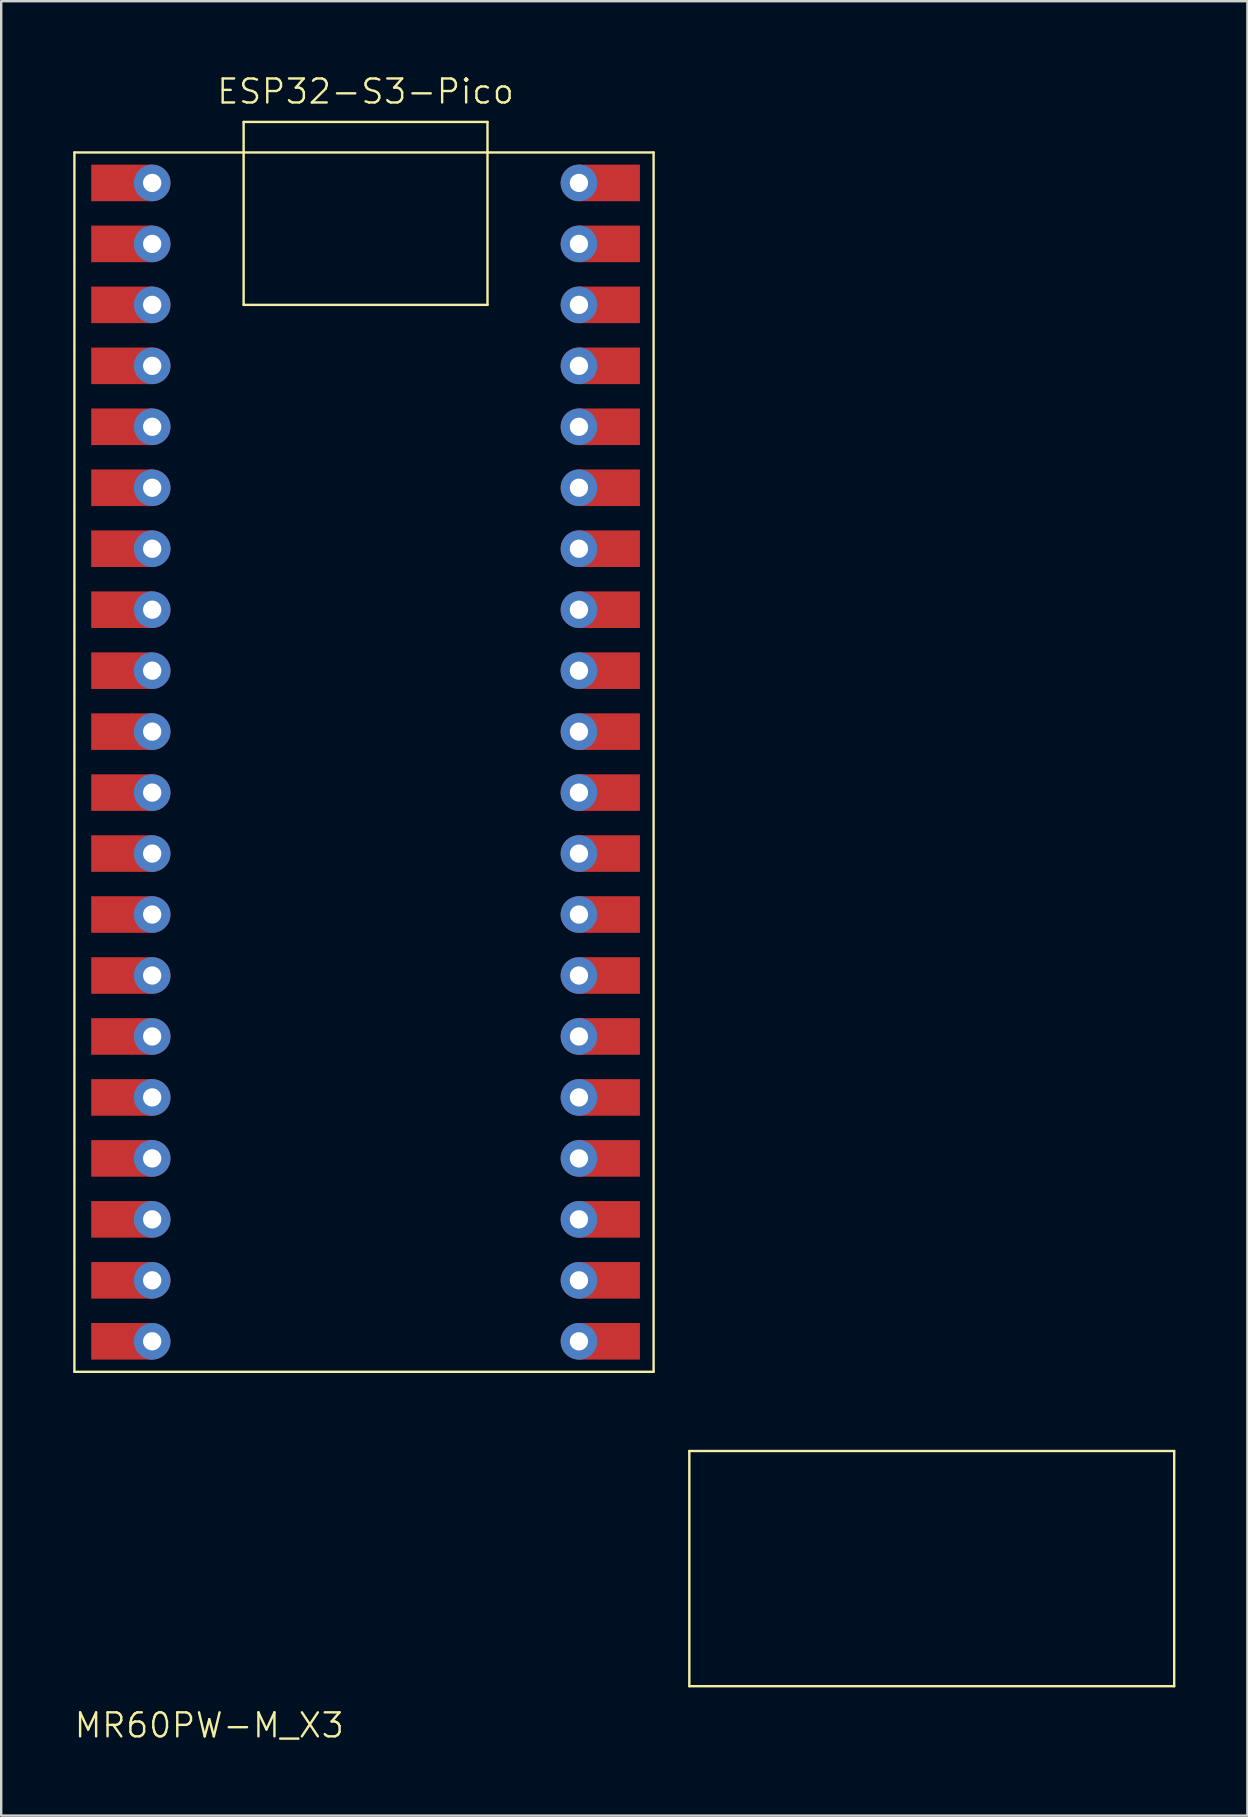
<source format=kicad_pcb>
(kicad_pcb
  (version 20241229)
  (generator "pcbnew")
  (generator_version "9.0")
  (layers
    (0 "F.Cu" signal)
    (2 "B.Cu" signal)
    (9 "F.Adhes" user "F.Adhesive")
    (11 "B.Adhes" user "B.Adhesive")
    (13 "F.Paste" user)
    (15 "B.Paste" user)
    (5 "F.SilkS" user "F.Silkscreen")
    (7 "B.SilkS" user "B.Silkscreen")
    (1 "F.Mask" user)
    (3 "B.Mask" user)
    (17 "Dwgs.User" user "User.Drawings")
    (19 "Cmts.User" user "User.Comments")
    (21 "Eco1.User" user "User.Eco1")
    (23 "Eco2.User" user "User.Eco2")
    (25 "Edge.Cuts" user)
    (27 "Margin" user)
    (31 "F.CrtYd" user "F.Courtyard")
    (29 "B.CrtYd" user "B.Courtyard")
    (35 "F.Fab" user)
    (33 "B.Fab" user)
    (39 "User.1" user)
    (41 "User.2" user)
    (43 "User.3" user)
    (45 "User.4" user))
  (footprint "MR60PW-M_X3"
    (layer "F.Cu")
    (at 5.669 57.401)
    (property "Reference" "MR60PW-M_X3" (at 0 11.43 0) (unlocked yes) (layer "F.SilkS") (effects (font (size 1 1) (thickness 0.1))))
    (attr through_hole)
    (fp_line (start 20 0) (end 40.2 0) (stroke (width 0.1) (type default)) (layer "F.SilkS"))
    (fp_line (start 20 9.8) (end 20 0) (stroke (width 0.1) (type default)) (layer "F.SilkS"))
    (fp_line (start 40.2 9.8) (end 20 9.8) (stroke (width 0.1) (type default)) (layer "F.SilkS"))
    (fp_line (start 40.2 9.8) (end 40.2 0) (stroke (width 0.1) (type default)) (layer "F.SilkS")))
  (footprint "ESP32-S3-Pico"
    (layer "F.Cu")
    (at 13.45 19.811)
    (property "Reference" "ESP32-S3-Pico" (at -1.27 -19.05 0) (unlocked yes) (layer "F.SilkS") (effects (font (size 1 1) (thickness 0.1))))
    (attr through_hole)
    (fp_line (start -13.4 -16.51) (end -13.4 34.29) (stroke (width 0.1) (type default)) (layer "F.SilkS"))
    (fp_line (start -13.4 34.29) (end 10.73 34.29) (stroke (width 0.1) (type default)) (layer "F.SilkS"))
    (fp_line (start -6.35 -17.78) (end 3.81 -17.78) (stroke (width 0.1) (type default)) (layer "F.SilkS"))
    (fp_line (start -6.35 -16.51) (end -6.35 -17.78) (stroke (width 0.1) (type default)) (layer "F.SilkS"))
    (fp_line (start -6.35 -16.51) (end -6.35 -10.16) (stroke (width 0.1) (type default)) (layer "F.SilkS"))
    (fp_line (start -6.35 -10.16) (end 3.81 -10.16) (stroke (width 0.1) (type default)) (layer "F.SilkS"))
    (fp_line (start 3.81 -17.78) (end 3.81 -16.51) (stroke (width 0.1) (type default)) (layer "F.SilkS"))
    (fp_line (start 3.81 -10.16) (end 3.81 -16.51) (stroke (width 0.1) (type default)) (layer "F.SilkS"))
    (fp_line (start 10.73 -16.51) (end -13.4 -16.51) (stroke (width 0.1) (type default)) (layer "F.SilkS"))
    (fp_line (start 10.73 34.29) (end 10.73 -16.51) (stroke (width 0.1) (type default)) (layer "F.SilkS"))
    (pad "1" smd rect (at -11.43 -15.24) (size 2.54 1.524) (layers "F.Cu" "F.Mask" "B.Adhes" "F.Paste"))
    (pad "1" thru_hole circle (at -10.16 -15.24) (size 1.524 1.524) (drill 0.762) (layers "*.Cu" "*.Mask"))
    (pad "2" smd rect (at -11.43 -12.7) (size 2.54 1.524) (layers "F.Cu" "F.Mask" "F.Paste"))
    (pad "2" thru_hole circle (at -10.16 -12.7) (size 1.524 1.524) (drill 0.762) (layers "*.Cu" "*.Mask"))
    (pad "3" smd rect (at -11.43 -10.16) (size 2.54 1.524) (layers "F.Cu" "F.Mask" "F.Paste"))
    (pad "3" thru_hole circle (at -10.16 -10.16) (size 1.524 1.524) (drill 0.762) (layers "*.Cu" "*.Mask"))
    (pad "4" smd rect (at -11.43 -7.62) (size 2.54 1.524) (layers "F.Cu" "F.Mask" "F.Paste"))
    (pad "4" thru_hole circle (at -10.16 -7.62) (size 1.524 1.524) (drill 0.762) (layers "*.Cu" "*.Mask"))
    (pad "5" smd rect (at -11.43 -5.08) (size 2.54 1.524) (layers "F.Cu" "F.Mask" "F.Paste"))
    (pad "5" thru_hole circle (at -10.16 -5.08) (size 1.524 1.524) (drill 0.762) (layers "*.Cu" "*.Mask"))
    (pad "6" smd rect (at -11.43 -2.54) (size 2.54 1.524) (layers "F.Cu" "F.Mask" "F.Paste"))
    (pad "6" thru_hole circle (at -10.16 -2.54) (size 1.524 1.524) (drill 0.762) (layers "*.Cu" "*.Mask"))
    (pad "7" smd rect (at -11.43 0) (size 2.54 1.524) (layers "F.Cu" "F.Mask" "F.Paste"))
    (pad "7" thru_hole circle (at -10.16 0) (size 1.524 1.524) (drill 0.762) (layers "*.Cu" "*.Mask"))
    (pad "8" smd rect (at -11.43 2.54) (size 2.54 1.524) (layers "F.Cu" "F.Mask" "F.Paste"))
    (pad "8" thru_hole circle (at -10.16 2.54) (size 1.524 1.524) (drill 0.762) (layers "*.Cu" "*.Mask"))
    (pad "9" smd rect (at -11.43 5.08) (size 2.54 1.524) (layers "F.Cu" "F.Mask" "F.Paste"))
    (pad "9" thru_hole circle (at -10.16 5.08) (size 1.524 1.524) (drill 0.762) (layers "*.Cu" "*.Mask"))
    (pad "10" smd rect (at -11.43 7.62) (size 2.54 1.524) (layers "F.Cu" "F.Mask" "F.Paste"))
    (pad "10" thru_hole circle (at -10.16 7.62) (size 1.524 1.524) (drill 0.762) (layers "*.Cu" "*.Mask"))
    (pad "11" smd rect (at -11.43 10.16) (size 2.54 1.524) (layers "F.Cu" "F.Mask" "F.Paste"))
    (pad "11" thru_hole circle (at -10.16 10.16) (size 1.524 1.524) (drill 0.762) (layers "*.Cu" "*.Mask"))
    (pad "12" smd rect (at -11.43 12.7) (size 2.54 1.524) (layers "F.Cu" "F.Mask" "F.Paste"))
    (pad "12" thru_hole circle (at -10.16 12.7) (size 1.524 1.524) (drill 0.762) (layers "*.Cu" "*.Mask"))
    (pad "13" smd rect (at -11.43 15.24) (size 2.54 1.524) (layers "F.Cu" "F.Mask" "F.Paste"))
    (pad "13" thru_hole circle (at -10.16 15.24) (size 1.524 1.524) (drill 0.762) (layers "*.Cu" "*.Mask"))
    (pad "14" smd rect (at -11.43 17.78) (size 2.54 1.524) (layers "F.Cu" "F.Mask" "F.Paste"))
    (pad "14" thru_hole circle (at -10.16 17.78) (size 1.524 1.524) (drill 0.762) (layers "*.Cu" "*.Mask"))
    (pad "15" smd rect (at -11.43 20.32) (size 2.54 1.524) (layers "F.Cu" "F.Mask" "F.Paste"))
    (pad "15" thru_hole circle (at -10.16 20.32) (size 1.524 1.524) (drill 0.762) (layers "*.Cu" "*.Mask"))
    (pad "16" smd rect (at -11.43 22.86) (size 2.54 1.524) (layers "F.Cu" "F.Mask" "F.Paste"))
    (pad "16" thru_hole circle (at -10.16 22.86) (size 1.524 1.524) (drill 0.762) (layers "*.Cu" "*.Mask"))
    (pad "17" smd rect (at -11.43 25.4) (size 2.54 1.524) (layers "F.Cu" "F.Mask" "F.Paste"))
    (pad "17" thru_hole circle (at -10.16 25.4) (size 1.524 1.524) (drill 0.762) (layers "*.Cu" "*.Mask"))
    (pad "18" smd rect (at -11.43 27.94) (size 2.54 1.524) (layers "F.Cu" "F.Mask" "F.Paste"))
    (pad "18" thru_hole circle (at -10.16 27.94) (size 1.524 1.524) (drill 0.762) (layers "*.Cu" "*.Mask"))
    (pad "19" smd rect (at -11.43 30.48) (size 2.54 1.524) (layers "F.Cu" "F.Mask" "F.Paste"))
    (pad "19" thru_hole circle (at -10.16 30.48) (size 1.524 1.524) (drill 0.762) (layers "*.Cu" "*.Mask"))
    (pad "20" smd rect (at -11.43 33.02) (size 2.54 1.524) (layers "F.Cu" "F.Mask" "F.Paste"))
    (pad "20" thru_hole circle (at -10.16 33.02) (size 1.524 1.524) (drill 0.762) (layers "*.Cu" "*.Mask"))
    (pad "21" thru_hole circle (at 7.62 33.02) (size 1.524 1.524) (drill 0.762) (layers "*.Cu" "*.Mask"))
    (pad "21" smd rect (at 8.89 33.02) (size 2.54 1.524) (layers "F.Cu" "F.Mask" "F.Paste"))
    (pad "22" thru_hole circle (at 7.62 30.48) (size 1.524 1.524) (drill 0.762) (layers "*.Cu" "*.Mask"))
    (pad "22" smd rect (at 8.89 30.48) (size 2.54 1.524) (layers "F.Cu" "F.Mask" "F.Paste"))
    (pad "23" thru_hole circle (at 7.62 27.94) (size 1.524 1.524) (drill 0.762) (layers "*.Cu" "*.Mask"))
    (pad "23" smd rect (at 8.89 27.94) (size 2.54 1.524) (layers "F.Cu" "F.Mask" "F.Paste"))
    (pad "24" thru_hole circle (at 7.62 25.4) (size 1.524 1.524) (drill 0.762) (layers "*.Cu" "*.Mask"))
    (pad "24" smd rect (at 8.89 25.4) (size 2.54 1.524) (layers "F.Cu" "F.Mask" "F.Paste"))
    (pad "25" thru_hole circle (at 7.62 22.86) (size 1.524 1.524) (drill 0.762) (layers "*.Cu" "*.Mask"))
    (pad "25" smd rect (at 8.89 22.86) (size 2.54 1.524) (layers "F.Cu" "F.Mask" "F.Paste"))
    (pad "26" thru_hole circle (at 7.62 20.32) (size 1.524 1.524) (drill 0.762) (layers "*.Cu" "*.Mask"))
    (pad "26" smd rect (at 8.89 20.32) (size 2.54 1.524) (layers "F.Cu" "F.Mask" "F.Paste"))
    (pad "27" thru_hole circle (at 7.62 17.78) (size 1.524 1.524) (drill 0.762) (layers "*.Cu" "*.Mask"))
    (pad "27" smd rect (at 8.89 17.78) (size 2.54 1.524) (layers "F.Cu" "F.Mask" "F.Paste"))
    (pad "28" thru_hole circle (at 7.62 15.24) (size 1.524 1.524) (drill 0.762) (layers "*.Cu" "*.Mask"))
    (pad "28" smd rect (at 8.89 15.24) (size 2.54 1.524) (layers "F.Cu" "F.Mask" "F.Paste"))
    (pad "29" thru_hole circle (at 7.62 12.7) (size 1.524 1.524) (drill 0.762) (layers "*.Cu" "*.Mask"))
    (pad "29" smd rect (at 8.89 12.7) (size 2.54 1.524) (layers "F.Cu" "F.Mask" "F.Paste"))
    (pad "30" thru_hole circle (at 7.62 10.16) (size 1.524 1.524) (drill 0.762) (layers "*.Cu" "*.Mask"))
    (pad "30" smd rect (at 8.89 10.16) (size 2.54 1.524) (layers "F.Cu" "F.Mask" "F.Paste"))
    (pad "31" thru_hole circle (at 7.62 7.62) (size 1.524 1.524) (drill 0.762) (layers "*.Cu" "*.Mask"))
    (pad "31" smd rect (at 8.89 7.62) (size 2.54 1.524) (layers "F.Cu" "F.Mask" "F.Paste"))
    (pad "32" thru_hole circle (at 7.62 5.08) (size 1.524 1.524) (drill 0.762) (layers "*.Cu" "*.Mask"))
    (pad "32" smd rect (at 8.89 5.08) (size 2.54 1.524) (layers "F.Cu" "F.Mask" "F.Paste"))
    (pad "33" thru_hole circle (at 7.62 2.54) (size 1.524 1.524) (drill 0.762) (layers "*.Cu" "*.Mask"))
    (pad "33" smd rect (at 8.89 2.54) (size 2.54 1.524) (layers "F.Cu" "F.Mask" "F.Paste"))
    (pad "34" thru_hole circle (at 7.62 0) (size 1.524 1.524) (drill 0.762) (layers "*.Cu" "*.Mask"))
    (pad "34" smd rect (at 8.89 0) (size 2.54 1.524) (layers "F.Cu" "F.Mask" "F.Paste"))
    (pad "35" thru_hole circle (at 7.62 -2.54) (size 1.524 1.524) (drill 0.762) (layers "*.Cu" "*.Mask"))
    (pad "35" smd rect (at 8.89 -2.54) (size 2.54 1.524) (layers "F.Cu" "F.Mask" "F.Paste"))
    (pad "36" thru_hole circle (at 7.62 -5.08) (size 1.524 1.524) (drill 0.762) (layers "*.Cu" "*.Mask"))
    (pad "36" smd rect (at 8.89 -5.08) (size 2.54 1.524) (layers "F.Cu" "F.Mask" "F.Paste"))
    (pad "37" thru_hole circle (at 7.62 -7.62) (size 1.524 1.524) (drill 0.762) (layers "*.Cu" "*.Mask"))
    (pad "37" smd rect (at 8.89 -7.62) (size 2.54 1.524) (layers "F.Cu" "F.Mask" "F.Paste"))
    (pad "38" thru_hole circle (at 7.62 -10.16) (size 1.524 1.524) (drill 0.762) (layers "*.Cu" "*.Mask"))
    (pad "38" smd rect (at 8.89 -10.16) (size 2.54 1.524) (layers "F.Cu" "F.Mask" "F.Paste"))
    (pad "39" thru_hole circle (at 7.62 -12.7) (size 1.524 1.524) (drill 0.762) (layers "*.Cu" "*.Mask"))
    (pad "39" smd rect (at 8.89 -12.7) (size 2.54 1.524) (layers "F.Cu" "F.Mask" "F.Paste"))
    (pad "40" thru_hole circle (at 7.62 -15.24) (size 1.524 1.524) (drill 0.762) (layers "*.Cu" "*.Mask"))
    (pad "40" smd rect (at 8.89 -15.24) (size 2.54 1.524) (layers "F.Cu" "F.Mask" "F.Paste")))
  (gr_rect
    (start -3 -3)
    (end 48.919 72.591)
    (stroke (width 0.1) (type default))
    (fill no)
    (layer "Edge.Cuts")))
</source>
